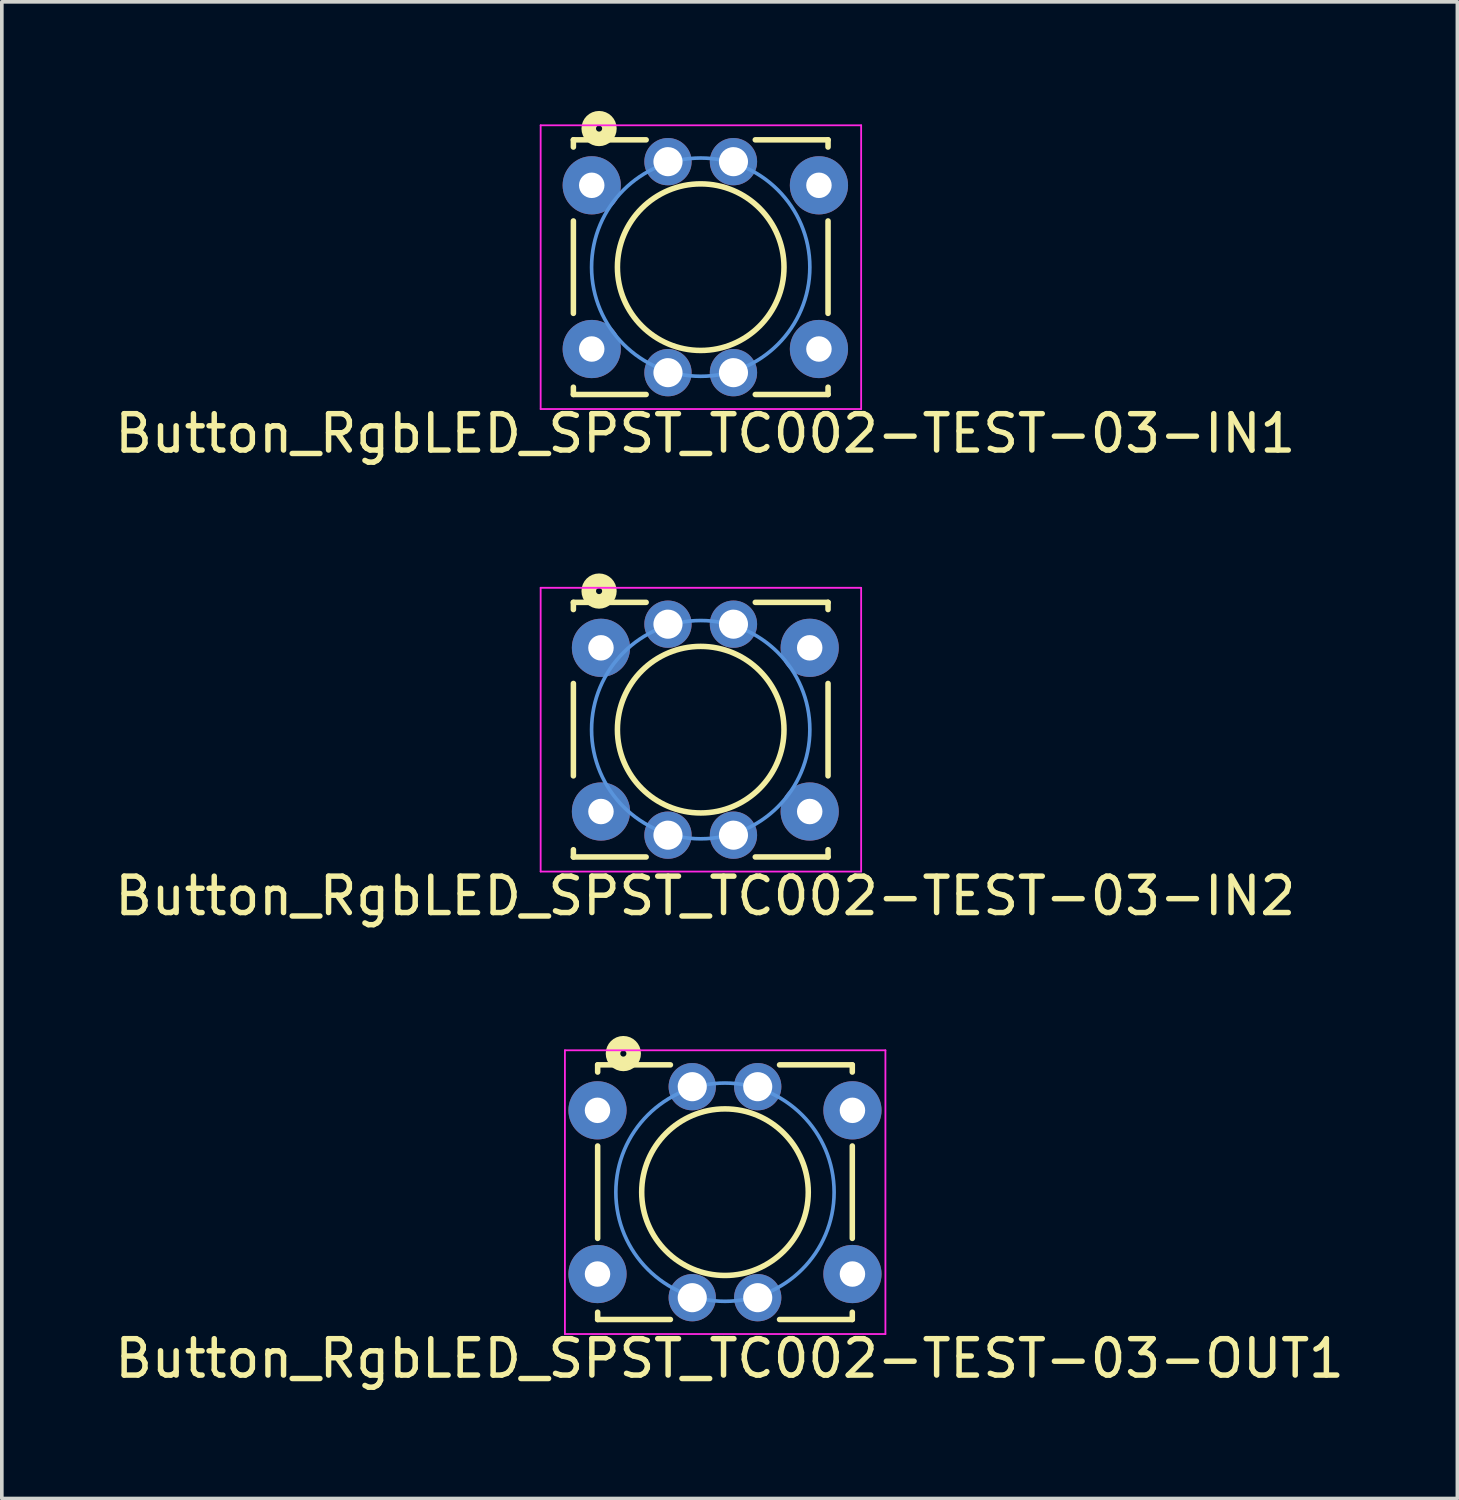
<source format=kicad_pcb>
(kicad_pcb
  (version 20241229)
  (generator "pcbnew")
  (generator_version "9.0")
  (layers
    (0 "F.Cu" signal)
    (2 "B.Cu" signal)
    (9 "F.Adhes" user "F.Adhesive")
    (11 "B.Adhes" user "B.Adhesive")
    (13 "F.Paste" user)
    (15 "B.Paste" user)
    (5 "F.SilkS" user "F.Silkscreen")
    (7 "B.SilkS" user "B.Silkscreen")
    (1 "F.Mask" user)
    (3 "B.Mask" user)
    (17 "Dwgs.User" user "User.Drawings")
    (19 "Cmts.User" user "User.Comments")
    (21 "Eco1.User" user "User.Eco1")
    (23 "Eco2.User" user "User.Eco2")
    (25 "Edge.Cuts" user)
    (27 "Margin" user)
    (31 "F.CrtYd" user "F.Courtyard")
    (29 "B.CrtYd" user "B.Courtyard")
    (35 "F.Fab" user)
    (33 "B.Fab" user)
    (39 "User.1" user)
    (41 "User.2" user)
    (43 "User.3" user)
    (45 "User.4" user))
  (footprint "Button_RgbLED_SPST_TC002-TEST-03-OUT1"
    (layer "F.Cu")
    (at 16.879 29.722)
    (property "Reference" "Button_RgbLED_SPST_TC002-TEST-03-OUT1" (at 0.127 4.572 0) (layer "F.SilkS") (effects (font (size 1 1) (thickness 0.15))))
    (attr through_hole)
    (fp_line (start -3.5 -3.5) (end -3.5 -3.302) (stroke (width 0.152) (type solid)) (layer "F.SilkS"))
    (fp_line (start -3.5 -1.27) (end -3.5 1.27) (stroke (width 0.152) (type solid)) (layer "F.SilkS"))
    (fp_line (start -3.5 3.5) (end -3.5 3.3) (stroke (width 0.152) (type solid)) (layer "F.SilkS"))
    (fp_line (start -1.5 -3.5) (end -3.5 -3.5) (stroke (width 0.152) (type solid)) (layer "F.SilkS"))
    (fp_line (start -1.5 3.5) (end -3.5 3.5) (stroke (width 0.152) (type solid)) (layer "F.SilkS"))
    (fp_line (start 1.5 -3.5) (end 3.5 -3.5) (stroke (width 0.152) (type solid)) (layer "F.SilkS"))
    (fp_line (start 1.5 3.5) (end 3.5 3.5) (stroke (width 0.152) (type solid)) (layer "F.SilkS"))
    (fp_line (start 3.5 -3.5) (end 3.5 -3.302) (stroke (width 0.152) (type solid)) (layer "F.SilkS"))
    (fp_line (start 3.5 -1.27) (end 3.5 1.27) (stroke (width 0.152) (type solid)) (layer "F.SilkS"))
    (fp_line (start 3.5 3.5) (end 3.5 3.3) (stroke (width 0.152) (type solid)) (layer "F.SilkS"))
    (fp_circle (center -2.794 -3.81) (end -2.921 -4.064) (stroke (width 0.4) (type solid)) (fill no) (layer "F.SilkS"))
    (fp_circle (center 0 0) (end -0.127 -2.286) (stroke (width 0.152) (type solid)) (fill no) (layer "F.SilkS"))
    (fp_circle (center 0 0) (end 3 0) (stroke (width 0.1) (type solid)) (fill no) (layer "Cmts.User"))
    (fp_line (start -4.4 -3.9) (end 4.41 -3.9) (stroke (width 0.05) (type solid)) (layer "F.CrtYd"))
    (fp_line (start -4.4 3.9) (end -4.4 -3.9) (stroke (width 0.05) (type solid)) (layer "F.CrtYd"))
    (fp_line (start 4.41 -3.9) (end 4.41 3.9) (stroke (width 0.05) (type solid)) (layer "F.CrtYd"))
    (fp_line (start 4.41 3.9) (end -4.4 3.9) (stroke (width 0.05) (type solid)) (layer "F.CrtYd"))
    (pad "1" thru_hole circle (at -3.504 -2.25) (size 1.6 1.6) (drill 0.7) (layers "*.Cu" "*.Mask"))
    (pad "2" thru_hole circle (at 3.504 -2.25) (size 1.6 1.6) (drill 0.7) (layers "*.Cu" "*.Mask"))
    (pad "3" thru_hole circle (at -3.504 2.25) (size 1.6 1.6) (drill 0.7) (layers "*.Cu" "*.Mask"))
    (pad "4" thru_hole circle (at 3.504 2.25) (size 1.6 1.6) (drill 0.7) (layers "*.Cu" "*.Mask"))
    (pad "5" thru_hole circle (at -0.9 -2.9) (size 1.3 1.3) (drill 0.8) (layers "*.Cu" "*.Mask"))
    (pad "6" thru_hole circle (at 0.9 -2.9) (size 1.3 1.3) (drill 0.8) (layers "*.Cu" "*.Mask"))
    (pad "7" thru_hole circle (at 0.9 2.9) (size 1.3 1.3) (drill 0.8) (layers "*.Cu" "*.Mask"))
    (pad "8" thru_hole circle (at -0.9 2.9) (size 1.3 1.3) (drill 0.8) (layers "*.Cu" "*.Mask")))
  (footprint "Button_RgbLED_SPST_TC002-TEST-03-IN1"
    (layer "F.Cu")
    (at 16.212 4.294)
    (property "Reference" "Button_RgbLED_SPST_TC002-TEST-03-IN1" (at 0.127 4.572 0) (layer "F.SilkS") (effects (font (size 1 1) (thickness 0.15))))
    (attr through_hole)
    (fp_line (start -3.5 -3.5) (end -3.5 -3.302) (stroke (width 0.152) (type solid)) (layer "F.SilkS"))
    (fp_line (start -3.5 -1.27) (end -3.5 1.27) (stroke (width 0.152) (type solid)) (layer "F.SilkS"))
    (fp_line (start -3.5 3.5) (end -3.5 3.3) (stroke (width 0.152) (type solid)) (layer "F.SilkS"))
    (fp_line (start -1.5 -3.5) (end -3.5 -3.5) (stroke (width 0.152) (type solid)) (layer "F.SilkS"))
    (fp_line (start -1.5 3.5) (end -3.5 3.5) (stroke (width 0.152) (type solid)) (layer "F.SilkS"))
    (fp_line (start 1.5 -3.5) (end 3.5 -3.5) (stroke (width 0.152) (type solid)) (layer "F.SilkS"))
    (fp_line (start 1.5 3.5) (end 3.5 3.5) (stroke (width 0.152) (type solid)) (layer "F.SilkS"))
    (fp_line (start 3.5 -3.5) (end 3.5 -3.302) (stroke (width 0.152) (type solid)) (layer "F.SilkS"))
    (fp_line (start 3.5 -1.27) (end 3.5 1.27) (stroke (width 0.152) (type solid)) (layer "F.SilkS"))
    (fp_line (start 3.5 3.5) (end 3.5 3.3) (stroke (width 0.152) (type solid)) (layer "F.SilkS"))
    (fp_circle (center -2.794 -3.81) (end -2.921 -4.064) (stroke (width 0.4) (type solid)) (fill no) (layer "F.SilkS"))
    (fp_circle (center 0 0) (end -0.127 -2.286) (stroke (width 0.152) (type solid)) (fill no) (layer "F.SilkS"))
    (fp_circle (center 0 0) (end 3 0) (stroke (width 0.1) (type solid)) (fill no) (layer "Cmts.User"))
    (fp_line (start -4.4 -3.9) (end 4.41 -3.9) (stroke (width 0.05) (type solid)) (layer "F.CrtYd"))
    (fp_line (start -4.4 3.9) (end -4.4 -3.9) (stroke (width 0.05) (type solid)) (layer "F.CrtYd"))
    (fp_line (start 4.41 -3.9) (end 4.41 3.9) (stroke (width 0.05) (type solid)) (layer "F.CrtYd"))
    (fp_line (start 4.41 3.9) (end -4.4 3.9) (stroke (width 0.05) (type solid)) (layer "F.CrtYd"))
    (pad "1" thru_hole circle (at -2.996 -2.25) (size 1.6 1.6) (drill 0.7) (layers "*.Cu" "*.Mask"))
    (pad "2" thru_hole circle (at 3.25 -2.25) (size 1.6 1.6) (drill 0.7) (layers "*.Cu" "*.Mask"))
    (pad "3" thru_hole circle (at -2.996 2.25) (size 1.6 1.6) (drill 0.7) (layers "*.Cu" "*.Mask"))
    (pad "4" thru_hole circle (at 3.25 2.25) (size 1.6 1.6) (drill 0.7) (layers "*.Cu" "*.Mask"))
    (pad "5" thru_hole circle (at -0.9 -2.9) (size 1.3 1.3) (drill 0.8) (layers "*.Cu" "*.Mask"))
    (pad "6" thru_hole circle (at 0.9 -2.9) (size 1.3 1.3) (drill 0.8) (layers "*.Cu" "*.Mask"))
    (pad "7" thru_hole circle (at 0.9 2.9) (size 1.3 1.3) (drill 0.8) (layers "*.Cu" "*.Mask"))
    (pad "8" thru_hole circle (at -0.9 2.9) (size 1.3 1.3) (drill 0.8) (layers "*.Cu" "*.Mask")))
  (footprint "Button_RgbLED_SPST_TC002-TEST-03-IN2"
    (layer "F.Cu")
    (at 16.212 17.008)
    (property "Reference" "Button_RgbLED_SPST_TC002-TEST-03-IN2" (at 0.127 4.572 0) (layer "F.SilkS") (effects (font (size 1 1) (thickness 0.15))))
    (attr through_hole)
    (fp_line (start -3.5 -3.5) (end -3.5 -3.302) (stroke (width 0.152) (type solid)) (layer "F.SilkS"))
    (fp_line (start -3.5 -1.27) (end -3.5 1.27) (stroke (width 0.152) (type solid)) (layer "F.SilkS"))
    (fp_line (start -3.5 3.5) (end -3.5 3.3) (stroke (width 0.152) (type solid)) (layer "F.SilkS"))
    (fp_line (start -1.5 -3.5) (end -3.5 -3.5) (stroke (width 0.152) (type solid)) (layer "F.SilkS"))
    (fp_line (start -1.5 3.5) (end -3.5 3.5) (stroke (width 0.152) (type solid)) (layer "F.SilkS"))
    (fp_line (start 1.5 -3.5) (end 3.5 -3.5) (stroke (width 0.152) (type solid)) (layer "F.SilkS"))
    (fp_line (start 1.5 3.5) (end 3.5 3.5) (stroke (width 0.152) (type solid)) (layer "F.SilkS"))
    (fp_line (start 3.5 -3.5) (end 3.5 -3.302) (stroke (width 0.152) (type solid)) (layer "F.SilkS"))
    (fp_line (start 3.5 -1.27) (end 3.5 1.27) (stroke (width 0.152) (type solid)) (layer "F.SilkS"))
    (fp_line (start 3.5 3.5) (end 3.5 3.3) (stroke (width 0.152) (type solid)) (layer "F.SilkS"))
    (fp_circle (center -2.794 -3.81) (end -2.921 -4.064) (stroke (width 0.4) (type solid)) (fill no) (layer "F.SilkS"))
    (fp_circle (center 0 0) (end -0.127 -2.286) (stroke (width 0.152) (type solid)) (fill no) (layer "F.SilkS"))
    (fp_circle (center 0 0) (end 3 0) (stroke (width 0.1) (type solid)) (fill no) (layer "Cmts.User"))
    (fp_line (start -4.4 -3.9) (end 4.41 -3.9) (stroke (width 0.05) (type solid)) (layer "F.CrtYd"))
    (fp_line (start -4.4 3.9) (end -4.4 -3.9) (stroke (width 0.05) (type solid)) (layer "F.CrtYd"))
    (fp_line (start 4.41 -3.9) (end 4.41 3.9) (stroke (width 0.05) (type solid)) (layer "F.CrtYd"))
    (fp_line (start 4.41 3.9) (end -4.4 3.9) (stroke (width 0.05) (type solid)) (layer "F.CrtYd"))
    (pad "1" thru_hole circle (at -2.742 -2.25) (size 1.6 1.6) (drill 0.7) (layers "*.Cu" "*.Mask"))
    (pad "2" thru_hole circle (at 2.996 -2.25) (size 1.6 1.6) (drill 0.7) (layers "*.Cu" "*.Mask"))
    (pad "3" thru_hole circle (at -2.742 2.25) (size 1.6 1.6) (drill 0.7) (layers "*.Cu" "*.Mask"))
    (pad "4" thru_hole circle (at 2.996 2.25) (size 1.6 1.6) (drill 0.7) (layers "*.Cu" "*.Mask"))
    (pad "5" thru_hole circle (at -0.9 -2.9) (size 1.3 1.3) (drill 0.8) (layers "*.Cu" "*.Mask"))
    (pad "6" thru_hole circle (at 0.9 -2.9) (size 1.3 1.3) (drill 0.8) (layers "*.Cu" "*.Mask"))
    (pad "7" thru_hole circle (at 0.9 2.9) (size 1.3 1.3) (drill 0.8) (layers "*.Cu" "*.Mask"))
    (pad "8" thru_hole circle (at -0.9 2.9) (size 1.3 1.3) (drill 0.8) (layers "*.Cu" "*.Mask")))
  (gr_rect
    (start -3 -3)
    (end 37.012 38.143)
    (stroke (width 0.1) (type default))
    (fill no)
    (layer "Edge.Cuts")))
</source>
